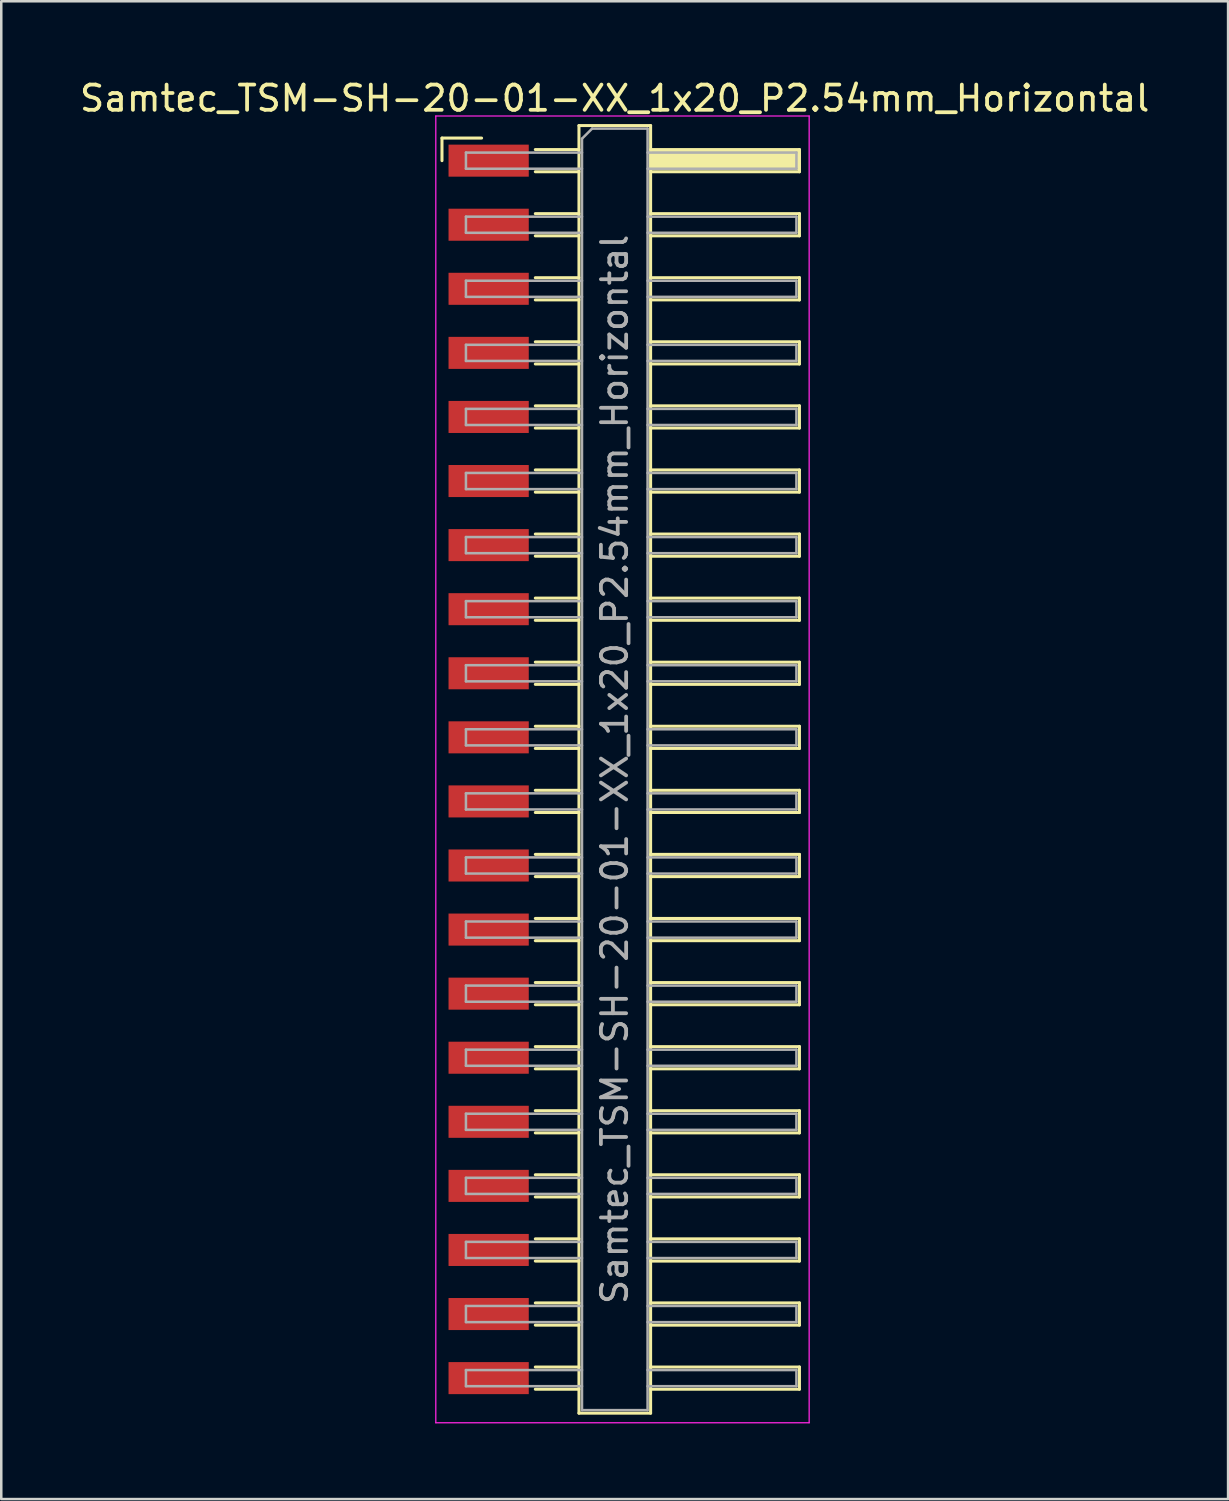
<source format=kicad_pcb>
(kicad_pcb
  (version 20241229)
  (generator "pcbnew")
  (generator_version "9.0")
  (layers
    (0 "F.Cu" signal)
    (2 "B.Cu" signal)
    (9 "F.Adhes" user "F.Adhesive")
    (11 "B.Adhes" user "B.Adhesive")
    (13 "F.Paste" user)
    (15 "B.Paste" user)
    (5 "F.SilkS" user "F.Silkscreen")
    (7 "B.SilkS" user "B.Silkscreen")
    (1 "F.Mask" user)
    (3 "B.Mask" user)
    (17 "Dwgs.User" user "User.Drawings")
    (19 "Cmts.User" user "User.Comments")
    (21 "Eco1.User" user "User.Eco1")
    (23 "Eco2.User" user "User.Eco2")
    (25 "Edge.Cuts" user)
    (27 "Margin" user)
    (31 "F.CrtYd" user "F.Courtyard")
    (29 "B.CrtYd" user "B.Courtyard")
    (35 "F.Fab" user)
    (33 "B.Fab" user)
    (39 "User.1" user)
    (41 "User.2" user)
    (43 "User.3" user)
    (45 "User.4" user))
  (footprint "Samtec_TSM-SH-20-01-XX_1x20_P2.54mm_Horizontal"
    (layer "F.Cu")
    (at 21.505 27.448)
    (property "Reference" "Samtec_TSM-SH-20-01-XX_1x20_P2.54mm_Horizontal" (at -0.19 -26.6 0) (layer "F.SilkS") (effects (font (size 1 1) (thickness 0.15))))
    (attr smd)
    (fp_line (start -7.035 -25.025) (end -5.465 -25.025) (stroke (width 0.12) (type solid)) (layer "F.SilkS"))
    (fp_line (start -7.035 -24.13) (end -7.035 -25.025) (stroke (width 0.12) (type solid)) (layer "F.SilkS"))
    (fp_line (start -3.335 -24.57) (end -1.605 -24.57) (stroke (width 0.12) (type solid)) (layer "F.SilkS"))
    (fp_line (start -3.335 -23.69) (end -1.605 -23.69) (stroke (width 0.12) (type solid)) (layer "F.SilkS"))
    (fp_line (start -3.335 -22.03) (end -1.605 -22.03) (stroke (width 0.12) (type solid)) (layer "F.SilkS"))
    (fp_line (start -3.335 -21.15) (end -1.605 -21.15) (stroke (width 0.12) (type solid)) (layer "F.SilkS"))
    (fp_line (start -3.335 -19.49) (end -1.605 -19.49) (stroke (width 0.12) (type solid)) (layer "F.SilkS"))
    (fp_line (start -3.335 -18.61) (end -1.605 -18.61) (stroke (width 0.12) (type solid)) (layer "F.SilkS"))
    (fp_line (start -3.335 -16.95) (end -1.605 -16.95) (stroke (width 0.12) (type solid)) (layer "F.SilkS"))
    (fp_line (start -3.335 -16.07) (end -1.605 -16.07) (stroke (width 0.12) (type solid)) (layer "F.SilkS"))
    (fp_line (start -3.335 -14.41) (end -1.605 -14.41) (stroke (width 0.12) (type solid)) (layer "F.SilkS"))
    (fp_line (start -3.335 -13.53) (end -1.605 -13.53) (stroke (width 0.12) (type solid)) (layer "F.SilkS"))
    (fp_line (start -3.335 -11.87) (end -1.605 -11.87) (stroke (width 0.12) (type solid)) (layer "F.SilkS"))
    (fp_line (start -3.335 -10.99) (end -1.605 -10.99) (stroke (width 0.12) (type solid)) (layer "F.SilkS"))
    (fp_line (start -3.335 -9.33) (end -1.605 -9.33) (stroke (width 0.12) (type solid)) (layer "F.SilkS"))
    (fp_line (start -3.335 -8.45) (end -1.605 -8.45) (stroke (width 0.12) (type solid)) (layer "F.SilkS"))
    (fp_line (start -3.335 -6.79) (end -1.605 -6.79) (stroke (width 0.12) (type solid)) (layer "F.SilkS"))
    (fp_line (start -3.335 -5.91) (end -1.605 -5.91) (stroke (width 0.12) (type solid)) (layer "F.SilkS"))
    (fp_line (start -3.335 -4.25) (end -1.605 -4.25) (stroke (width 0.12) (type solid)) (layer "F.SilkS"))
    (fp_line (start -3.335 -3.37) (end -1.605 -3.37) (stroke (width 0.12) (type solid)) (layer "F.SilkS"))
    (fp_line (start -3.335 -1.71) (end -1.605 -1.71) (stroke (width 0.12) (type solid)) (layer "F.SilkS"))
    (fp_line (start -3.335 -0.83) (end -1.605 -0.83) (stroke (width 0.12) (type solid)) (layer "F.SilkS"))
    (fp_line (start -3.335 0.83) (end -1.605 0.83) (stroke (width 0.12) (type solid)) (layer "F.SilkS"))
    (fp_line (start -3.335 1.71) (end -1.605 1.71) (stroke (width 0.12) (type solid)) (layer "F.SilkS"))
    (fp_line (start -3.335 3.37) (end -1.605 3.37) (stroke (width 0.12) (type solid)) (layer "F.SilkS"))
    (fp_line (start -3.335 4.25) (end -1.605 4.25) (stroke (width 0.12) (type solid)) (layer "F.SilkS"))
    (fp_line (start -3.335 5.91) (end -1.605 5.91) (stroke (width 0.12) (type solid)) (layer "F.SilkS"))
    (fp_line (start -3.335 6.79) (end -1.605 6.79) (stroke (width 0.12) (type solid)) (layer "F.SilkS"))
    (fp_line (start -3.335 8.45) (end -1.605 8.45) (stroke (width 0.12) (type solid)) (layer "F.SilkS"))
    (fp_line (start -3.335 9.33) (end -1.605 9.33) (stroke (width 0.12) (type solid)) (layer "F.SilkS"))
    (fp_line (start -3.335 10.99) (end -1.605 10.99) (stroke (width 0.12) (type solid)) (layer "F.SilkS"))
    (fp_line (start -3.335 11.87) (end -1.605 11.87) (stroke (width 0.12) (type solid)) (layer "F.SilkS"))
    (fp_line (start -3.335 13.53) (end -1.605 13.53) (stroke (width 0.12) (type solid)) (layer "F.SilkS"))
    (fp_line (start -3.335 14.41) (end -1.605 14.41) (stroke (width 0.12) (type solid)) (layer "F.SilkS"))
    (fp_line (start -3.335 16.07) (end -1.605 16.07) (stroke (width 0.12) (type solid)) (layer "F.SilkS"))
    (fp_line (start -3.335 16.95) (end -1.605 16.95) (stroke (width 0.12) (type solid)) (layer "F.SilkS"))
    (fp_line (start -3.335 18.61) (end -1.605 18.61) (stroke (width 0.12) (type solid)) (layer "F.SilkS"))
    (fp_line (start -3.335 19.49) (end -1.605 19.49) (stroke (width 0.12) (type solid)) (layer "F.SilkS"))
    (fp_line (start -3.335 21.15) (end -1.605 21.15) (stroke (width 0.12) (type solid)) (layer "F.SilkS"))
    (fp_line (start -3.335 22.03) (end -1.605 22.03) (stroke (width 0.12) (type solid)) (layer "F.SilkS"))
    (fp_line (start -3.335 23.69) (end -1.605 23.69) (stroke (width 0.12) (type solid)) (layer "F.SilkS"))
    (fp_line (start -3.335 24.57) (end -1.605 24.57) (stroke (width 0.12) (type solid)) (layer "F.SilkS"))
    (fp_line (start -1.605 -25.52) (end 1.235 -25.52) (stroke (width 0.12) (type solid)) (layer "F.SilkS"))
    (fp_line (start -1.605 25.52) (end -1.605 -25.52) (stroke (width 0.12) (type solid)) (layer "F.SilkS"))
    (fp_line (start 1.235 -25.52) (end 1.235 25.52) (stroke (width 0.12) (type solid)) (layer "F.SilkS"))
    (fp_line (start 1.235 -24.57) (end 7.135 -24.57) (stroke (width 0.12) (type solid)) (layer "F.SilkS"))
    (fp_line (start 1.235 -22.03) (end 7.135 -22.03) (stroke (width 0.12) (type solid)) (layer "F.SilkS"))
    (fp_line (start 1.235 -19.49) (end 7.135 -19.49) (stroke (width 0.12) (type solid)) (layer "F.SilkS"))
    (fp_line (start 1.235 -16.95) (end 7.135 -16.95) (stroke (width 0.12) (type solid)) (layer "F.SilkS"))
    (fp_line (start 1.235 -14.41) (end 7.135 -14.41) (stroke (width 0.12) (type solid)) (layer "F.SilkS"))
    (fp_line (start 1.235 -11.87) (end 7.135 -11.87) (stroke (width 0.12) (type solid)) (layer "F.SilkS"))
    (fp_line (start 1.235 -9.33) (end 7.135 -9.33) (stroke (width 0.12) (type solid)) (layer "F.SilkS"))
    (fp_line (start 1.235 -6.79) (end 7.135 -6.79) (stroke (width 0.12) (type solid)) (layer "F.SilkS"))
    (fp_line (start 1.235 -4.25) (end 7.135 -4.25) (stroke (width 0.12) (type solid)) (layer "F.SilkS"))
    (fp_line (start 1.235 -1.71) (end 7.135 -1.71) (stroke (width 0.12) (type solid)) (layer "F.SilkS"))
    (fp_line (start 1.235 0.83) (end 7.135 0.83) (stroke (width 0.12) (type solid)) (layer "F.SilkS"))
    (fp_line (start 1.235 3.37) (end 7.135 3.37) (stroke (width 0.12) (type solid)) (layer "F.SilkS"))
    (fp_line (start 1.235 5.91) (end 7.135 5.91) (stroke (width 0.12) (type solid)) (layer "F.SilkS"))
    (fp_line (start 1.235 8.45) (end 7.135 8.45) (stroke (width 0.12) (type solid)) (layer "F.SilkS"))
    (fp_line (start 1.235 10.99) (end 7.135 10.99) (stroke (width 0.12) (type solid)) (layer "F.SilkS"))
    (fp_line (start 1.235 13.53) (end 7.135 13.53) (stroke (width 0.12) (type solid)) (layer "F.SilkS"))
    (fp_line (start 1.235 16.07) (end 7.135 16.07) (stroke (width 0.12) (type solid)) (layer "F.SilkS"))
    (fp_line (start 1.235 18.61) (end 7.135 18.61) (stroke (width 0.12) (type solid)) (layer "F.SilkS"))
    (fp_line (start 1.235 21.15) (end 7.135 21.15) (stroke (width 0.12) (type solid)) (layer "F.SilkS"))
    (fp_line (start 1.235 23.69) (end 7.135 23.69) (stroke (width 0.12) (type solid)) (layer "F.SilkS"))
    (fp_line (start 1.235 25.52) (end -1.605 25.52) (stroke (width 0.12) (type solid)) (layer "F.SilkS"))
    (fp_line (start 7.135 -24.57) (end 7.135 -23.69) (stroke (width 0.12) (type solid)) (layer "F.SilkS"))
    (fp_line (start 7.135 -23.69) (end 1.235 -23.69) (stroke (width 0.12) (type solid)) (layer "F.SilkS"))
    (fp_line (start 7.135 -22.03) (end 7.135 -21.15) (stroke (width 0.12) (type solid)) (layer "F.SilkS"))
    (fp_line (start 7.135 -21.15) (end 1.235 -21.15) (stroke (width 0.12) (type solid)) (layer "F.SilkS"))
    (fp_line (start 7.135 -19.49) (end 7.135 -18.61) (stroke (width 0.12) (type solid)) (layer "F.SilkS"))
    (fp_line (start 7.135 -18.61) (end 1.235 -18.61) (stroke (width 0.12) (type solid)) (layer "F.SilkS"))
    (fp_line (start 7.135 -16.95) (end 7.135 -16.07) (stroke (width 0.12) (type solid)) (layer "F.SilkS"))
    (fp_line (start 7.135 -16.07) (end 1.235 -16.07) (stroke (width 0.12) (type solid)) (layer "F.SilkS"))
    (fp_line (start 7.135 -14.41) (end 7.135 -13.53) (stroke (width 0.12) (type solid)) (layer "F.SilkS"))
    (fp_line (start 7.135 -13.53) (end 1.235 -13.53) (stroke (width 0.12) (type solid)) (layer "F.SilkS"))
    (fp_line (start 7.135 -11.87) (end 7.135 -10.99) (stroke (width 0.12) (type solid)) (layer "F.SilkS"))
    (fp_line (start 7.135 -10.99) (end 1.235 -10.99) (stroke (width 0.12) (type solid)) (layer "F.SilkS"))
    (fp_line (start 7.135 -9.33) (end 7.135 -8.45) (stroke (width 0.12) (type solid)) (layer "F.SilkS"))
    (fp_line (start 7.135 -8.45) (end 1.235 -8.45) (stroke (width 0.12) (type solid)) (layer "F.SilkS"))
    (fp_line (start 7.135 -6.79) (end 7.135 -5.91) (stroke (width 0.12) (type solid)) (layer "F.SilkS"))
    (fp_line (start 7.135 -5.91) (end 1.235 -5.91) (stroke (width 0.12) (type solid)) (layer "F.SilkS"))
    (fp_line (start 7.135 -4.25) (end 7.135 -3.37) (stroke (width 0.12) (type solid)) (layer "F.SilkS"))
    (fp_line (start 7.135 -3.37) (end 1.235 -3.37) (stroke (width 0.12) (type solid)) (layer "F.SilkS"))
    (fp_line (start 7.135 -1.71) (end 7.135 -0.83) (stroke (width 0.12) (type solid)) (layer "F.SilkS"))
    (fp_line (start 7.135 -0.83) (end 1.235 -0.83) (stroke (width 0.12) (type solid)) (layer "F.SilkS"))
    (fp_line (start 7.135 0.83) (end 7.135 1.71) (stroke (width 0.12) (type solid)) (layer "F.SilkS"))
    (fp_line (start 7.135 1.71) (end 1.235 1.71) (stroke (width 0.12) (type solid)) (layer "F.SilkS"))
    (fp_line (start 7.135 3.37) (end 7.135 4.25) (stroke (width 0.12) (type solid)) (layer "F.SilkS"))
    (fp_line (start 7.135 4.25) (end 1.235 4.25) (stroke (width 0.12) (type solid)) (layer "F.SilkS"))
    (fp_line (start 7.135 5.91) (end 7.135 6.79) (stroke (width 0.12) (type solid)) (layer "F.SilkS"))
    (fp_line (start 7.135 6.79) (end 1.235 6.79) (stroke (width 0.12) (type solid)) (layer "F.SilkS"))
    (fp_line (start 7.135 8.45) (end 7.135 9.33) (stroke (width 0.12) (type solid)) (layer "F.SilkS"))
    (fp_line (start 7.135 9.33) (end 1.235 9.33) (stroke (width 0.12) (type solid)) (layer "F.SilkS"))
    (fp_line (start 7.135 10.99) (end 7.135 11.87) (stroke (width 0.12) (type solid)) (layer "F.SilkS"))
    (fp_line (start 7.135 11.87) (end 1.235 11.87) (stroke (width 0.12) (type solid)) (layer "F.SilkS"))
    (fp_line (start 7.135 13.53) (end 7.135 14.41) (stroke (width 0.12) (type solid)) (layer "F.SilkS"))
    (fp_line (start 7.135 14.41) (end 1.235 14.41) (stroke (width 0.12) (type solid)) (layer "F.SilkS"))
    (fp_line (start 7.135 16.07) (end 7.135 16.95) (stroke (width 0.12) (type solid)) (layer "F.SilkS"))
    (fp_line (start 7.135 16.95) (end 1.235 16.95) (stroke (width 0.12) (type solid)) (layer "F.SilkS"))
    (fp_line (start 7.135 18.61) (end 7.135 19.49) (stroke (width 0.12) (type solid)) (layer "F.SilkS"))
    (fp_line (start 7.135 19.49) (end 1.235 19.49) (stroke (width 0.12) (type solid)) (layer "F.SilkS"))
    (fp_line (start 7.135 21.15) (end 7.135 22.03) (stroke (width 0.12) (type solid)) (layer "F.SilkS"))
    (fp_line (start 7.135 22.03) (end 1.235 22.03) (stroke (width 0.12) (type solid)) (layer "F.SilkS"))
    (fp_line (start 7.135 23.69) (end 7.135 24.57) (stroke (width 0.12) (type solid)) (layer "F.SilkS"))
    (fp_line (start 7.135 24.57) (end 1.235 24.57) (stroke (width 0.12) (type solid)) (layer "F.SilkS"))
    (fp_line (start -7.28 -25.9) (end 7.52 -25.9) (stroke (width 0.05) (type solid)) (layer "F.CrtYd"))
    (fp_line (start -7.28 25.9) (end -7.28 -25.9) (stroke (width 0.05) (type solid)) (layer "F.CrtYd"))
    (fp_line (start 7.52 -25.9) (end 7.52 25.9) (stroke (width 0.05) (type solid)) (layer "F.CrtYd"))
    (fp_line (start 7.52 25.9) (end -7.28 25.9) (stroke (width 0.05) (type solid)) (layer "F.CrtYd"))
    (fp_line (start -6.085 -24.45) (end -6.085 -23.81) (stroke (width 0.1) (type solid)) (layer "F.Fab"))
    (fp_line (start -6.085 -23.81) (end -1.485 -23.81) (stroke (width 0.1) (type solid)) (layer "F.Fab"))
    (fp_line (start -6.085 -21.91) (end -6.085 -21.27) (stroke (width 0.1) (type solid)) (layer "F.Fab"))
    (fp_line (start -6.085 -21.27) (end -1.485 -21.27) (stroke (width 0.1) (type solid)) (layer "F.Fab"))
    (fp_line (start -6.085 -19.37) (end -6.085 -18.73) (stroke (width 0.1) (type solid)) (layer "F.Fab"))
    (fp_line (start -6.085 -18.73) (end -1.485 -18.73) (stroke (width 0.1) (type solid)) (layer "F.Fab"))
    (fp_line (start -6.085 -16.83) (end -6.085 -16.19) (stroke (width 0.1) (type solid)) (layer "F.Fab"))
    (fp_line (start -6.085 -16.19) (end -1.485 -16.19) (stroke (width 0.1) (type solid)) (layer "F.Fab"))
    (fp_line (start -6.085 -14.29) (end -6.085 -13.65) (stroke (width 0.1) (type solid)) (layer "F.Fab"))
    (fp_line (start -6.085 -13.65) (end -1.485 -13.65) (stroke (width 0.1) (type solid)) (layer "F.Fab"))
    (fp_line (start -6.085 -11.75) (end -6.085 -11.11) (stroke (width 0.1) (type solid)) (layer "F.Fab"))
    (fp_line (start -6.085 -11.11) (end -1.485 -11.11) (stroke (width 0.1) (type solid)) (layer "F.Fab"))
    (fp_line (start -6.085 -9.21) (end -6.085 -8.57) (stroke (width 0.1) (type solid)) (layer "F.Fab"))
    (fp_line (start -6.085 -8.57) (end -1.485 -8.57) (stroke (width 0.1) (type solid)) (layer "F.Fab"))
    (fp_line (start -6.085 -6.67) (end -6.085 -6.03) (stroke (width 0.1) (type solid)) (layer "F.Fab"))
    (fp_line (start -6.085 -6.03) (end -1.485 -6.03) (stroke (width 0.1) (type solid)) (layer "F.Fab"))
    (fp_line (start -6.085 -4.13) (end -6.085 -3.49) (stroke (width 0.1) (type solid)) (layer "F.Fab"))
    (fp_line (start -6.085 -3.49) (end -1.485 -3.49) (stroke (width 0.1) (type solid)) (layer "F.Fab"))
    (fp_line (start -6.085 -1.59) (end -6.085 -0.95) (stroke (width 0.1) (type solid)) (layer "F.Fab"))
    (fp_line (start -6.085 -0.95) (end -1.485 -0.95) (stroke (width 0.1) (type solid)) (layer "F.Fab"))
    (fp_line (start -6.085 0.95) (end -6.085 1.59) (stroke (width 0.1) (type solid)) (layer "F.Fab"))
    (fp_line (start -6.085 1.59) (end -1.485 1.59) (stroke (width 0.1) (type solid)) (layer "F.Fab"))
    (fp_line (start -6.085 3.49) (end -6.085 4.13) (stroke (width 0.1) (type solid)) (layer "F.Fab"))
    (fp_line (start -6.085 4.13) (end -1.485 4.13) (stroke (width 0.1) (type solid)) (layer "F.Fab"))
    (fp_line (start -6.085 6.03) (end -6.085 6.67) (stroke (width 0.1) (type solid)) (layer "F.Fab"))
    (fp_line (start -6.085 6.67) (end -1.485 6.67) (stroke (width 0.1) (type solid)) (layer "F.Fab"))
    (fp_line (start -6.085 8.57) (end -6.085 9.21) (stroke (width 0.1) (type solid)) (layer "F.Fab"))
    (fp_line (start -6.085 9.21) (end -1.485 9.21) (stroke (width 0.1) (type solid)) (layer "F.Fab"))
    (fp_line (start -6.085 11.11) (end -6.085 11.75) (stroke (width 0.1) (type solid)) (layer "F.Fab"))
    (fp_line (start -6.085 11.75) (end -1.485 11.75) (stroke (width 0.1) (type solid)) (layer "F.Fab"))
    (fp_line (start -6.085 13.65) (end -6.085 14.29) (stroke (width 0.1) (type solid)) (layer "F.Fab"))
    (fp_line (start -6.085 14.29) (end -1.485 14.29) (stroke (width 0.1) (type solid)) (layer "F.Fab"))
    (fp_line (start -6.085 16.19) (end -6.085 16.83) (stroke (width 0.1) (type solid)) (layer "F.Fab"))
    (fp_line (start -6.085 16.83) (end -1.485 16.83) (stroke (width 0.1) (type solid)) (layer "F.Fab"))
    (fp_line (start -6.085 18.73) (end -6.085 19.37) (stroke (width 0.1) (type solid)) (layer "F.Fab"))
    (fp_line (start -6.085 19.37) (end -1.485 19.37) (stroke (width 0.1) (type solid)) (layer "F.Fab"))
    (fp_line (start -6.085 21.27) (end -6.085 21.91) (stroke (width 0.1) (type solid)) (layer "F.Fab"))
    (fp_line (start -6.085 21.91) (end -1.485 21.91) (stroke (width 0.1) (type solid)) (layer "F.Fab"))
    (fp_line (start -6.085 23.81) (end -6.085 24.45) (stroke (width 0.1) (type solid)) (layer "F.Fab"))
    (fp_line (start -6.085 24.45) (end -1.485 24.45) (stroke (width 0.1) (type solid)) (layer "F.Fab"))
    (fp_line (start -1.485 -25) (end -1.085 -25.4) (stroke (width 0.1) (type solid)) (layer "F.Fab"))
    (fp_line (start -1.485 -24.45) (end -6.085 -24.45) (stroke (width 0.1) (type solid)) (layer "F.Fab"))
    (fp_line (start -1.485 -21.91) (end -6.085 -21.91) (stroke (width 0.1) (type solid)) (layer "F.Fab"))
    (fp_line (start -1.485 -19.37) (end -6.085 -19.37) (stroke (width 0.1) (type solid)) (layer "F.Fab"))
    (fp_line (start -1.485 -16.83) (end -6.085 -16.83) (stroke (width 0.1) (type solid)) (layer "F.Fab"))
    (fp_line (start -1.485 -14.29) (end -6.085 -14.29) (stroke (width 0.1) (type solid)) (layer "F.Fab"))
    (fp_line (start -1.485 -11.75) (end -6.085 -11.75) (stroke (width 0.1) (type solid)) (layer "F.Fab"))
    (fp_line (start -1.485 -9.21) (end -6.085 -9.21) (stroke (width 0.1) (type solid)) (layer "F.Fab"))
    (fp_line (start -1.485 -6.67) (end -6.085 -6.67) (stroke (width 0.1) (type solid)) (layer "F.Fab"))
    (fp_line (start -1.485 -4.13) (end -6.085 -4.13) (stroke (width 0.1) (type solid)) (layer "F.Fab"))
    (fp_line (start -1.485 -1.59) (end -6.085 -1.59) (stroke (width 0.1) (type solid)) (layer "F.Fab"))
    (fp_line (start -1.485 0.95) (end -6.085 0.95) (stroke (width 0.1) (type solid)) (layer "F.Fab"))
    (fp_line (start -1.485 3.49) (end -6.085 3.49) (stroke (width 0.1) (type solid)) (layer "F.Fab"))
    (fp_line (start -1.485 6.03) (end -6.085 6.03) (stroke (width 0.1) (type solid)) (layer "F.Fab"))
    (fp_line (start -1.485 8.57) (end -6.085 8.57) (stroke (width 0.1) (type solid)) (layer "F.Fab"))
    (fp_line (start -1.485 11.11) (end -6.085 11.11) (stroke (width 0.1) (type solid)) (layer "F.Fab"))
    (fp_line (start -1.485 13.65) (end -6.085 13.65) (stroke (width 0.1) (type solid)) (layer "F.Fab"))
    (fp_line (start -1.485 16.19) (end -6.085 16.19) (stroke (width 0.1) (type solid)) (layer "F.Fab"))
    (fp_line (start -1.485 18.73) (end -6.085 18.73) (stroke (width 0.1) (type solid)) (layer "F.Fab"))
    (fp_line (start -1.485 21.27) (end -6.085 21.27) (stroke (width 0.1) (type solid)) (layer "F.Fab"))
    (fp_line (start -1.485 23.81) (end -6.085 23.81) (stroke (width 0.1) (type solid)) (layer "F.Fab"))
    (fp_line (start -1.485 25.4) (end -1.485 -25) (stroke (width 0.1) (type solid)) (layer "F.Fab"))
    (fp_line (start -1.085 -25.4) (end 1.115 -25.4) (stroke (width 0.1) (type solid)) (layer "F.Fab"))
    (fp_line (start 1.115 -25.4) (end 1.115 25.4) (stroke (width 0.1) (type solid)) (layer "F.Fab"))
    (fp_line (start 1.115 -24.45) (end 7.015 -24.45) (stroke (width 0.1) (type solid)) (layer "F.Fab"))
    (fp_line (start 1.115 -21.91) (end 7.015 -21.91) (stroke (width 0.1) (type solid)) (layer "F.Fab"))
    (fp_line (start 1.115 -19.37) (end 7.015 -19.37) (stroke (width 0.1) (type solid)) (layer "F.Fab"))
    (fp_line (start 1.115 -16.83) (end 7.015 -16.83) (stroke (width 0.1) (type solid)) (layer "F.Fab"))
    (fp_line (start 1.115 -14.29) (end 7.015 -14.29) (stroke (width 0.1) (type solid)) (layer "F.Fab"))
    (fp_line (start 1.115 -11.75) (end 7.015 -11.75) (stroke (width 0.1) (type solid)) (layer "F.Fab"))
    (fp_line (start 1.115 -9.21) (end 7.015 -9.21) (stroke (width 0.1) (type solid)) (layer "F.Fab"))
    (fp_line (start 1.115 -6.67) (end 7.015 -6.67) (stroke (width 0.1) (type solid)) (layer "F.Fab"))
    (fp_line (start 1.115 -4.13) (end 7.015 -4.13) (stroke (width 0.1) (type solid)) (layer "F.Fab"))
    (fp_line (start 1.115 -1.59) (end 7.015 -1.59) (stroke (width 0.1) (type solid)) (layer "F.Fab"))
    (fp_line (start 1.115 0.95) (end 7.015 0.95) (stroke (width 0.1) (type solid)) (layer "F.Fab"))
    (fp_line (start 1.115 3.49) (end 7.015 3.49) (stroke (width 0.1) (type solid)) (layer "F.Fab"))
    (fp_line (start 1.115 6.03) (end 7.015 6.03) (stroke (width 0.1) (type solid)) (layer "F.Fab"))
    (fp_line (start 1.115 8.57) (end 7.015 8.57) (stroke (width 0.1) (type solid)) (layer "F.Fab"))
    (fp_line (start 1.115 11.11) (end 7.015 11.11) (stroke (width 0.1) (type solid)) (layer "F.Fab"))
    (fp_line (start 1.115 13.65) (end 7.015 13.65) (stroke (width 0.1) (type solid)) (layer "F.Fab"))
    (fp_line (start 1.115 16.19) (end 7.015 16.19) (stroke (width 0.1) (type solid)) (layer "F.Fab"))
    (fp_line (start 1.115 18.73) (end 7.015 18.73) (stroke (width 0.1) (type solid)) (layer "F.Fab"))
    (fp_line (start 1.115 21.27) (end 7.015 21.27) (stroke (width 0.1) (type solid)) (layer "F.Fab"))
    (fp_line (start 1.115 23.81) (end 7.015 23.81) (stroke (width 0.1) (type solid)) (layer "F.Fab"))
    (fp_line (start 1.115 25.4) (end -1.485 25.4) (stroke (width 0.1) (type solid)) (layer "F.Fab"))
    (fp_line (start 7.015 -24.45) (end 7.015 -23.81) (stroke (width 0.1) (type solid)) (layer "F.Fab"))
    (fp_line (start 7.015 -23.81) (end 1.115 -23.81) (stroke (width 0.1) (type solid)) (layer "F.Fab"))
    (fp_line (start 7.015 -21.91) (end 7.015 -21.27) (stroke (width 0.1) (type solid)) (layer "F.Fab"))
    (fp_line (start 7.015 -21.27) (end 1.115 -21.27) (stroke (width 0.1) (type solid)) (layer "F.Fab"))
    (fp_line (start 7.015 -19.37) (end 7.015 -18.73) (stroke (width 0.1) (type solid)) (layer "F.Fab"))
    (fp_line (start 7.015 -18.73) (end 1.115 -18.73) (stroke (width 0.1) (type solid)) (layer "F.Fab"))
    (fp_line (start 7.015 -16.83) (end 7.015 -16.19) (stroke (width 0.1) (type solid)) (layer "F.Fab"))
    (fp_line (start 7.015 -16.19) (end 1.115 -16.19) (stroke (width 0.1) (type solid)) (layer "F.Fab"))
    (fp_line (start 7.015 -14.29) (end 7.015 -13.65) (stroke (width 0.1) (type solid)) (layer "F.Fab"))
    (fp_line (start 7.015 -13.65) (end 1.115 -13.65) (stroke (width 0.1) (type solid)) (layer "F.Fab"))
    (fp_line (start 7.015 -11.75) (end 7.015 -11.11) (stroke (width 0.1) (type solid)) (layer "F.Fab"))
    (fp_line (start 7.015 -11.11) (end 1.115 -11.11) (stroke (width 0.1) (type solid)) (layer "F.Fab"))
    (fp_line (start 7.015 -9.21) (end 7.015 -8.57) (stroke (width 0.1) (type solid)) (layer "F.Fab"))
    (fp_line (start 7.015 -8.57) (end 1.115 -8.57) (stroke (width 0.1) (type solid)) (layer "F.Fab"))
    (fp_line (start 7.015 -6.67) (end 7.015 -6.03) (stroke (width 0.1) (type solid)) (layer "F.Fab"))
    (fp_line (start 7.015 -6.03) (end 1.115 -6.03) (stroke (width 0.1) (type solid)) (layer "F.Fab"))
    (fp_line (start 7.015 -4.13) (end 7.015 -3.49) (stroke (width 0.1) (type solid)) (layer "F.Fab"))
    (fp_line (start 7.015 -3.49) (end 1.115 -3.49) (stroke (width 0.1) (type solid)) (layer "F.Fab"))
    (fp_line (start 7.015 -1.59) (end 7.015 -0.95) (stroke (width 0.1) (type solid)) (layer "F.Fab"))
    (fp_line (start 7.015 -0.95) (end 1.115 -0.95) (stroke (width 0.1) (type solid)) (layer "F.Fab"))
    (fp_line (start 7.015 0.95) (end 7.015 1.59) (stroke (width 0.1) (type solid)) (layer "F.Fab"))
    (fp_line (start 7.015 1.59) (end 1.115 1.59) (stroke (width 0.1) (type solid)) (layer "F.Fab"))
    (fp_line (start 7.015 3.49) (end 7.015 4.13) (stroke (width 0.1) (type solid)) (layer "F.Fab"))
    (fp_line (start 7.015 4.13) (end 1.115 4.13) (stroke (width 0.1) (type solid)) (layer "F.Fab"))
    (fp_line (start 7.015 6.03) (end 7.015 6.67) (stroke (width 0.1) (type solid)) (layer "F.Fab"))
    (fp_line (start 7.015 6.67) (end 1.115 6.67) (stroke (width 0.1) (type solid)) (layer "F.Fab"))
    (fp_line (start 7.015 8.57) (end 7.015 9.21) (stroke (width 0.1) (type solid)) (layer "F.Fab"))
    (fp_line (start 7.015 9.21) (end 1.115 9.21) (stroke (width 0.1) (type solid)) (layer "F.Fab"))
    (fp_line (start 7.015 11.11) (end 7.015 11.75) (stroke (width 0.1) (type solid)) (layer "F.Fab"))
    (fp_line (start 7.015 11.75) (end 1.115 11.75) (stroke (width 0.1) (type solid)) (layer "F.Fab"))
    (fp_line (start 7.015 13.65) (end 7.015 14.29) (stroke (width 0.1) (type solid)) (layer "F.Fab"))
    (fp_line (start 7.015 14.29) (end 1.115 14.29) (stroke (width 0.1) (type solid)) (layer "F.Fab"))
    (fp_line (start 7.015 16.19) (end 7.015 16.83) (stroke (width 0.1) (type solid)) (layer "F.Fab"))
    (fp_line (start 7.015 16.83) (end 1.115 16.83) (stroke (width 0.1) (type solid)) (layer "F.Fab"))
    (fp_line (start 7.015 18.73) (end 7.015 19.37) (stroke (width 0.1) (type solid)) (layer "F.Fab"))
    (fp_line (start 7.015 19.37) (end 1.115 19.37) (stroke (width 0.1) (type solid)) (layer "F.Fab"))
    (fp_line (start 7.015 21.27) (end 7.015 21.91) (stroke (width 0.1) (type solid)) (layer "F.Fab"))
    (fp_line (start 7.015 21.91) (end 1.115 21.91) (stroke (width 0.1) (type solid)) (layer "F.Fab"))
    (fp_line (start 7.015 23.81) (end 7.015 24.45) (stroke (width 0.1) (type solid)) (layer "F.Fab"))
    (fp_line (start 7.015 24.45) (end 1.115 24.45) (stroke (width 0.1) (type solid)) (layer "F.Fab"))
    (fp_text user "${REFERENCE}" (at -0.19 0 90) (layer "F.Fab") (effects (font (size 1 1) (thickness 0.15))))
    (pad "" smd rect (at 4.185 -24.13) (size 6 0.76) (layers "F.SilkS"))
    (pad "1" smd rect (at -5.185 -24.13) (size 3.18 1.27) (layers "F.Cu" "F.Mask" "F.Paste"))
    (pad "2" smd rect (at -5.185 -21.59) (size 3.18 1.27) (layers "F.Cu" "F.Mask" "F.Paste"))
    (pad "3" smd rect (at -5.185 -19.05) (size 3.18 1.27) (layers "F.Cu" "F.Mask" "F.Paste"))
    (pad "4" smd rect (at -5.185 -16.51) (size 3.18 1.27) (layers "F.Cu" "F.Mask" "F.Paste"))
    (pad "5" smd rect (at -5.185 -13.97) (size 3.18 1.27) (layers "F.Cu" "F.Mask" "F.Paste"))
    (pad "6" smd rect (at -5.185 -11.43) (size 3.18 1.27) (layers "F.Cu" "F.Mask" "F.Paste"))
    (pad "7" smd rect (at -5.185 -8.89) (size 3.18 1.27) (layers "F.Cu" "F.Mask" "F.Paste"))
    (pad "8" smd rect (at -5.185 -6.35) (size 3.18 1.27) (layers "F.Cu" "F.Mask" "F.Paste"))
    (pad "9" smd rect (at -5.185 -3.81) (size 3.18 1.27) (layers "F.Cu" "F.Mask" "F.Paste"))
    (pad "10" smd rect (at -5.185 -1.27) (size 3.18 1.27) (layers "F.Cu" "F.Mask" "F.Paste"))
    (pad "11" smd rect (at -5.185 1.27) (size 3.18 1.27) (layers "F.Cu" "F.Mask" "F.Paste"))
    (pad "12" smd rect (at -5.185 3.81) (size 3.18 1.27) (layers "F.Cu" "F.Mask" "F.Paste"))
    (pad "13" smd rect (at -5.185 6.35) (size 3.18 1.27) (layers "F.Cu" "F.Mask" "F.Paste"))
    (pad "14" smd rect (at -5.185 8.89) (size 3.18 1.27) (layers "F.Cu" "F.Mask" "F.Paste"))
    (pad "15" smd rect (at -5.185 11.43) (size 3.18 1.27) (layers "F.Cu" "F.Mask" "F.Paste"))
    (pad "16" smd rect (at -5.185 13.97) (size 3.18 1.27) (layers "F.Cu" "F.Mask" "F.Paste"))
    (pad "17" smd rect (at -5.185 16.51) (size 3.18 1.27) (layers "F.Cu" "F.Mask" "F.Paste"))
    (pad "18" smd rect (at -5.185 19.05) (size 3.18 1.27) (layers "F.Cu" "F.Mask" "F.Paste"))
    (pad "19" smd rect (at -5.185 21.59) (size 3.18 1.27) (layers "F.Cu" "F.Mask" "F.Paste"))
    (pad "20" smd rect (at -5.185 24.13) (size 3.18 1.27) (layers "F.Cu" "F.Mask" "F.Paste")))
  (gr_rect
    (start -3 -3)
    (end 45.631 56.373)
    (stroke (width 0.1) (type default))
    (fill no)
    (layer "Edge.Cuts")))
</source>
